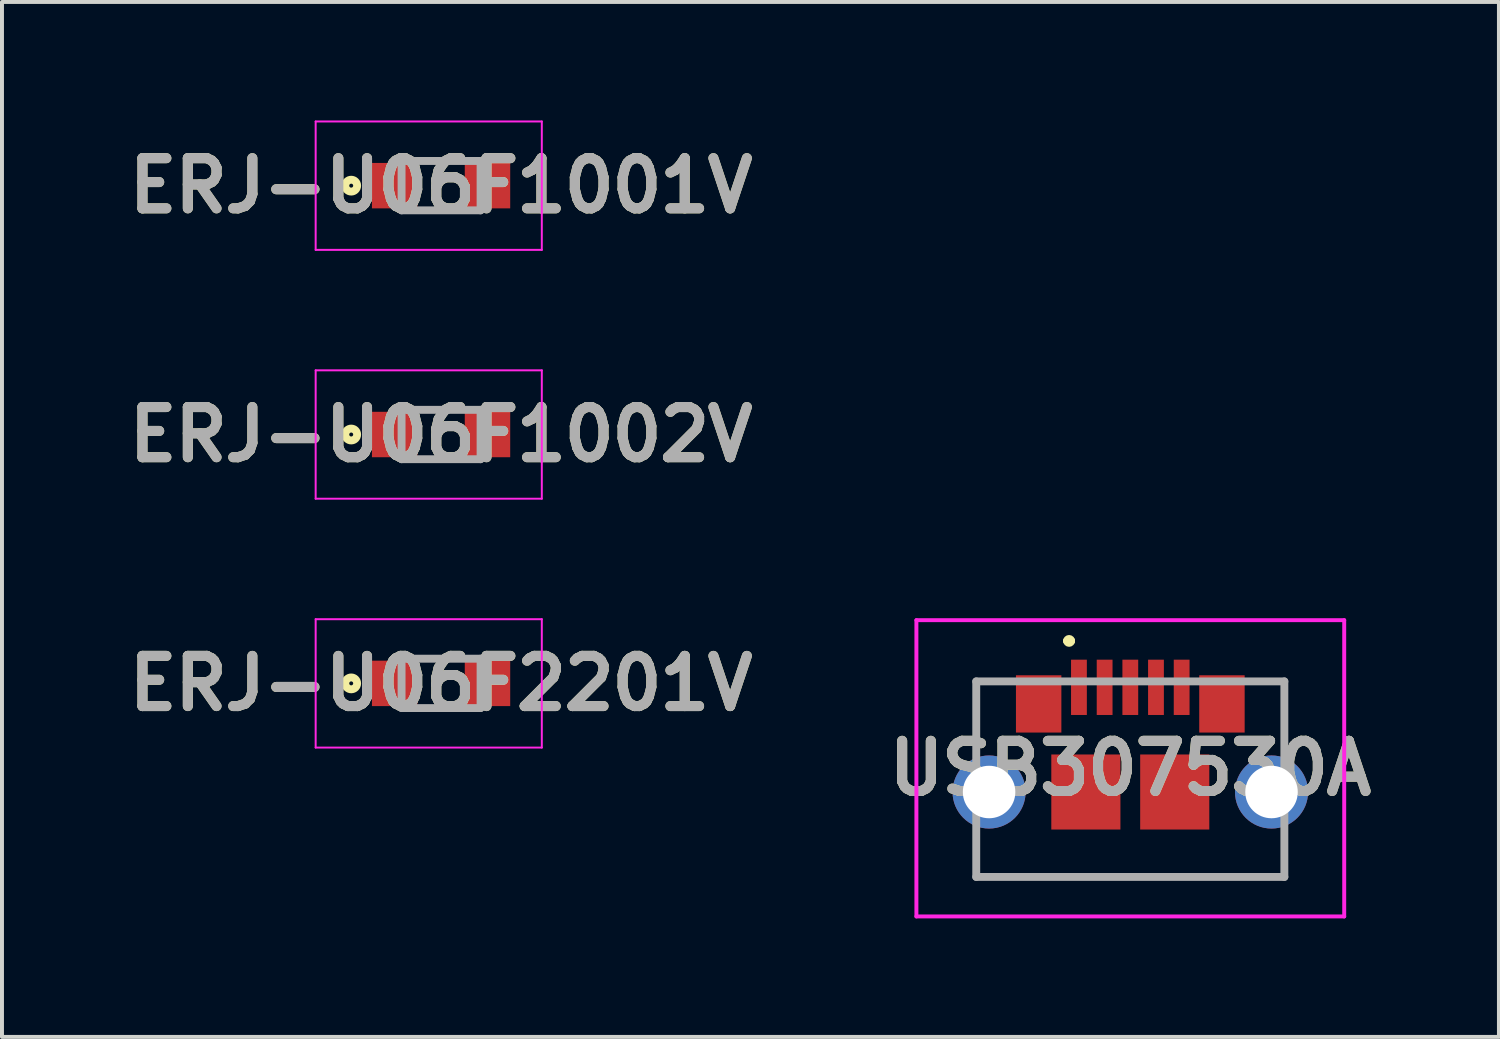
<source format=kicad_pcb>
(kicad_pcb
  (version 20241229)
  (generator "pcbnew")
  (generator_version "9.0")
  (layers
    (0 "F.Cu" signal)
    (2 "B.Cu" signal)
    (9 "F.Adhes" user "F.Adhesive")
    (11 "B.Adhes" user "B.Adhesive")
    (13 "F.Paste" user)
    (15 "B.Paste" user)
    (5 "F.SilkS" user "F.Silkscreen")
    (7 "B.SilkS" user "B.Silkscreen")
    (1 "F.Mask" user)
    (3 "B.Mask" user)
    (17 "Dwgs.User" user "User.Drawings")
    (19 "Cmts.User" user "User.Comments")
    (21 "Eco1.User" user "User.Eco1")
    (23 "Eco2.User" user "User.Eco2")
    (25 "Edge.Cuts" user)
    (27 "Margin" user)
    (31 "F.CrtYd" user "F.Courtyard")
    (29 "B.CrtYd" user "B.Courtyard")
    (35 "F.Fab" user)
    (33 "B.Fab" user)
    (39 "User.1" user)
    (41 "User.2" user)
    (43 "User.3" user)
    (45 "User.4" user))
  (footprint "USB307530A"
    (layer "F.Cu")
    (at 25.564 17)
    (property "Reference" "USB307530A" (at 0 -0.6 0) (layer "F.SilkS") (effects (font (size 1.27 1.27) (thickness 0.254))))
    (attr through_hole)
    (fp_line (start -3.9 -2.8) (end -3.9 -1) (stroke (width 0.1) (type solid)) (layer "F.SilkS"))
    (fp_line (start -3.9 1) (end -3.9 2.15) (stroke (width 0.1) (type solid)) (layer "F.SilkS"))
    (fp_line (start -3.9 2.15) (end 3.9 2.15) (stroke (width 0.1) (type solid)) (layer "F.SilkS"))
    (fp_line (start -3.425 -2.8) (end -3.9 -2.8) (stroke (width 0.1) (type solid)) (layer "F.SilkS"))
    (fp_line (start -1.6 -3.825) (end -1.6 -3.825) (stroke (width 0.2) (type solid)) (layer "F.SilkS"))
    (fp_line (start -1.5 -3.825) (end -1.5 -3.825) (stroke (width 0.2) (type solid)) (layer "F.SilkS"))
    (fp_line (start 3.075 -2.8) (end 3.9 -2.8) (stroke (width 0.1) (type solid)) (layer "F.SilkS"))
    (fp_line (start 3.9 -2.8) (end 3.9 -1) (stroke (width 0.1) (type solid)) (layer "F.SilkS"))
    (fp_line (start 3.9 2.15) (end 3.9 1) (stroke (width 0.1) (type solid)) (layer "F.SilkS"))
    (fp_arc (start -1.6 -3.825) (mid -1.55 -3.875) (end -1.5 -3.825) (stroke (width 0.2) (type solid)) (layer "F.SilkS"))
    (fp_arc (start -1.5 -3.825) (mid -1.55 -3.775) (end -1.6 -3.825) (stroke (width 0.2) (type solid)) (layer "F.SilkS"))
    (fp_line (start -5.415 -4.35) (end 5.415 -4.35) (stroke (width 0.1) (type solid)) (layer "F.CrtYd"))
    (fp_line (start -5.415 3.15) (end -5.415 -4.35) (stroke (width 0.1) (type solid)) (layer "F.CrtYd"))
    (fp_line (start 5.415 -4.35) (end 5.415 3.15) (stroke (width 0.1) (type solid)) (layer "F.CrtYd"))
    (fp_line (start 5.415 3.15) (end -5.415 3.15) (stroke (width 0.1) (type solid)) (layer "F.CrtYd"))
    (fp_line (start -3.9 -2.8) (end 3.9 -2.8) (stroke (width 0.2) (type solid)) (layer "F.Fab"))
    (fp_line (start -3.9 2.15) (end -3.9 -2.8) (stroke (width 0.2) (type solid)) (layer "F.Fab"))
    (fp_line (start 3.9 -2.8) (end 3.9 2.15) (stroke (width 0.2) (type solid)) (layer "F.Fab"))
    (fp_line (start 3.9 2.15) (end -3.9 2.15) (stroke (width 0.2) (type solid)) (layer "F.Fab"))
    (fp_text user "${REFERENCE}" (at 0 -0.6 0) (layer "F.Fab") (effects (font (size 1.27 1.27) (thickness 0.254))))
    (pad "1" smd rect (at -1.3 -2.65) (size 0.4 1.4) (layers "F.Cu" "F.Mask" "F.Paste"))
    (pad "2" smd rect (at -0.65 -2.65) (size 0.4 1.4) (layers "F.Cu" "F.Mask" "F.Paste"))
    (pad "3" smd rect (at 0 -2.65) (size 0.4 1.4) (layers "F.Cu" "F.Mask" "F.Paste"))
    (pad "4" smd rect (at 0.65 -2.65) (size 0.4 1.4) (layers "F.Cu" "F.Mask" "F.Paste"))
    (pad "5" smd rect (at 1.3 -2.65) (size 0.4 1.4) (layers "F.Cu" "F.Mask" "F.Paste"))
    (pad "MH1" thru_hole circle (at -3.575 0) (size 1.85 1.85) (drill 1.329) (layers "*.Cu" "*.Mask"))
    (pad "MH2" thru_hole circle (at 3.575 0) (size 1.85 1.85) (drill 1.329) (layers "*.Cu" "*.Mask"))
    (pad "MP1" smd rect (at -1.125 0) (size 1.75 1.9) (layers "F.Cu" "F.Mask" "F.Paste"))
    (pad "MP2" smd rect (at 1.125 0) (size 1.75 1.9) (layers "F.Cu" "F.Mask" "F.Paste"))
    (pad "MP3" smd rect (at -2.32 -2.23) (size 1.15 1.45) (layers "F.Cu" "F.Mask" "F.Paste"))
    (pad "MP4" smd rect (at 2.32 -2.23) (size 1.15 1.45) (layers "F.Cu" "F.Mask" "F.Paste")))
  (footprint "ERJ-U06F1002V"
    (layer "F.Cu")
    (at 8.116 7.95)
    (property "Reference" "ERJ-U06F1002V" (at 0 0 0) (layer "F.SilkS") (effects (font (size 1.27 1.27) (thickness 0.254))))
    (attr smd)
    (fp_circle (center -2.275 0) (end -2.275 0.05) (stroke (width 0.2) (type solid)) (fill no) (layer "F.SilkS"))
    (fp_line (start -3.175 -1.625) (end 2.55 -1.625) (stroke (width 0.05) (type solid)) (layer "F.CrtYd"))
    (fp_line (start -3.175 1.625) (end -3.175 -1.625) (stroke (width 0.05) (type solid)) (layer "F.CrtYd"))
    (fp_line (start 2.55 -1.625) (end 2.55 1.625) (stroke (width 0.05) (type solid)) (layer "F.CrtYd"))
    (fp_line (start 2.55 1.625) (end -3.175 1.625) (stroke (width 0.05) (type solid)) (layer "F.CrtYd"))
    (fp_line (start -1 -0.625) (end 1 -0.625) (stroke (width 0.2) (type solid)) (layer "F.Fab"))
    (fp_line (start -1 0.625) (end -1 -0.625) (stroke (width 0.2) (type solid)) (layer "F.Fab"))
    (fp_line (start 1 -0.625) (end 1 0.625) (stroke (width 0.2) (type solid)) (layer "F.Fab"))
    (fp_line (start 1 0.625) (end -1 0.625) (stroke (width 0.2) (type solid)) (layer "F.Fab"))
    (fp_text user "${REFERENCE}" (at 0 0 0) (layer "F.Fab") (effects (font (size 1.27 1.27) (thickness 0.254))))
    (pad "1" smd rect (at -1.175 0 90) (size 1.15 1.15) (layers "F.Cu" "F.Mask" "F.Paste"))
    (pad "2" smd rect (at 1.175 0 90) (size 1.15 1.15) (layers "F.Cu" "F.Mask" "F.Paste")))
  (footprint "ERJ-U06F1001V"
    (layer "F.Cu")
    (at 8.116 1.65)
    (property "Reference" "ERJ-U06F1001V" (at 0 0 0) (layer "F.SilkS") (effects (font (size 1.27 1.27) (thickness 0.254))))
    (attr smd)
    (fp_circle (center -2.275 0) (end -2.275 0.05) (stroke (width 0.2) (type solid)) (fill no) (layer "F.SilkS"))
    (fp_line (start -3.175 -1.625) (end 2.55 -1.625) (stroke (width 0.05) (type solid)) (layer "F.CrtYd"))
    (fp_line (start -3.175 1.625) (end -3.175 -1.625) (stroke (width 0.05) (type solid)) (layer "F.CrtYd"))
    (fp_line (start 2.55 -1.625) (end 2.55 1.625) (stroke (width 0.05) (type solid)) (layer "F.CrtYd"))
    (fp_line (start 2.55 1.625) (end -3.175 1.625) (stroke (width 0.05) (type solid)) (layer "F.CrtYd"))
    (fp_line (start -1 -0.625) (end 1 -0.625) (stroke (width 0.2) (type solid)) (layer "F.Fab"))
    (fp_line (start -1 0.625) (end -1 -0.625) (stroke (width 0.2) (type solid)) (layer "F.Fab"))
    (fp_line (start 1 -0.625) (end 1 0.625) (stroke (width 0.2) (type solid)) (layer "F.Fab"))
    (fp_line (start 1 0.625) (end -1 0.625) (stroke (width 0.2) (type solid)) (layer "F.Fab"))
    (fp_text user "${REFERENCE}" (at 0 0 0) (layer "F.Fab") (effects (font (size 1.27 1.27) (thickness 0.254))))
    (pad "1" smd rect (at -1.175 0 90) (size 1.15 1.15) (layers "F.Cu" "F.Mask" "F.Paste"))
    (pad "2" smd rect (at 1.175 0 90) (size 1.15 1.15) (layers "F.Cu" "F.Mask" "F.Paste")))
  (footprint "ERJ-U06F2201V"
    (layer "F.Cu")
    (at 8.116 14.25)
    (property "Reference" "ERJ-U06F2201V" (at 0 0 0) (layer "F.SilkS") (effects (font (size 1.27 1.27) (thickness 0.254))))
    (attr smd)
    (fp_circle (center -2.275 0) (end -2.275 0.05) (stroke (width 0.2) (type solid)) (fill no) (layer "F.SilkS"))
    (fp_line (start -3.175 -1.625) (end 2.55 -1.625) (stroke (width 0.05) (type solid)) (layer "F.CrtYd"))
    (fp_line (start -3.175 1.625) (end -3.175 -1.625) (stroke (width 0.05) (type solid)) (layer "F.CrtYd"))
    (fp_line (start 2.55 -1.625) (end 2.55 1.625) (stroke (width 0.05) (type solid)) (layer "F.CrtYd"))
    (fp_line (start 2.55 1.625) (end -3.175 1.625) (stroke (width 0.05) (type solid)) (layer "F.CrtYd"))
    (fp_line (start -1 -0.625) (end 1 -0.625) (stroke (width 0.2) (type solid)) (layer "F.Fab"))
    (fp_line (start -1 0.625) (end -1 -0.625) (stroke (width 0.2) (type solid)) (layer "F.Fab"))
    (fp_line (start 1 -0.625) (end 1 0.625) (stroke (width 0.2) (type solid)) (layer "F.Fab"))
    (fp_line (start 1 0.625) (end -1 0.625) (stroke (width 0.2) (type solid)) (layer "F.Fab"))
    (fp_text user "${REFERENCE}" (at 0 0 0) (layer "F.Fab") (effects (font (size 1.27 1.27) (thickness 0.254))))
    (pad "1" smd rect (at -1.175 0 90) (size 1.15 1.15) (layers "F.Cu" "F.Mask" "F.Paste"))
    (pad "2" smd rect (at 1.175 0 90) (size 1.15 1.15) (layers "F.Cu" "F.Mask" "F.Paste")))
  (gr_rect
    (start -3 -3)
    (end 34.896 23.2)
    (stroke (width 0.1) (type default))
    (fill no)
    (layer "Edge.Cuts")))
</source>
